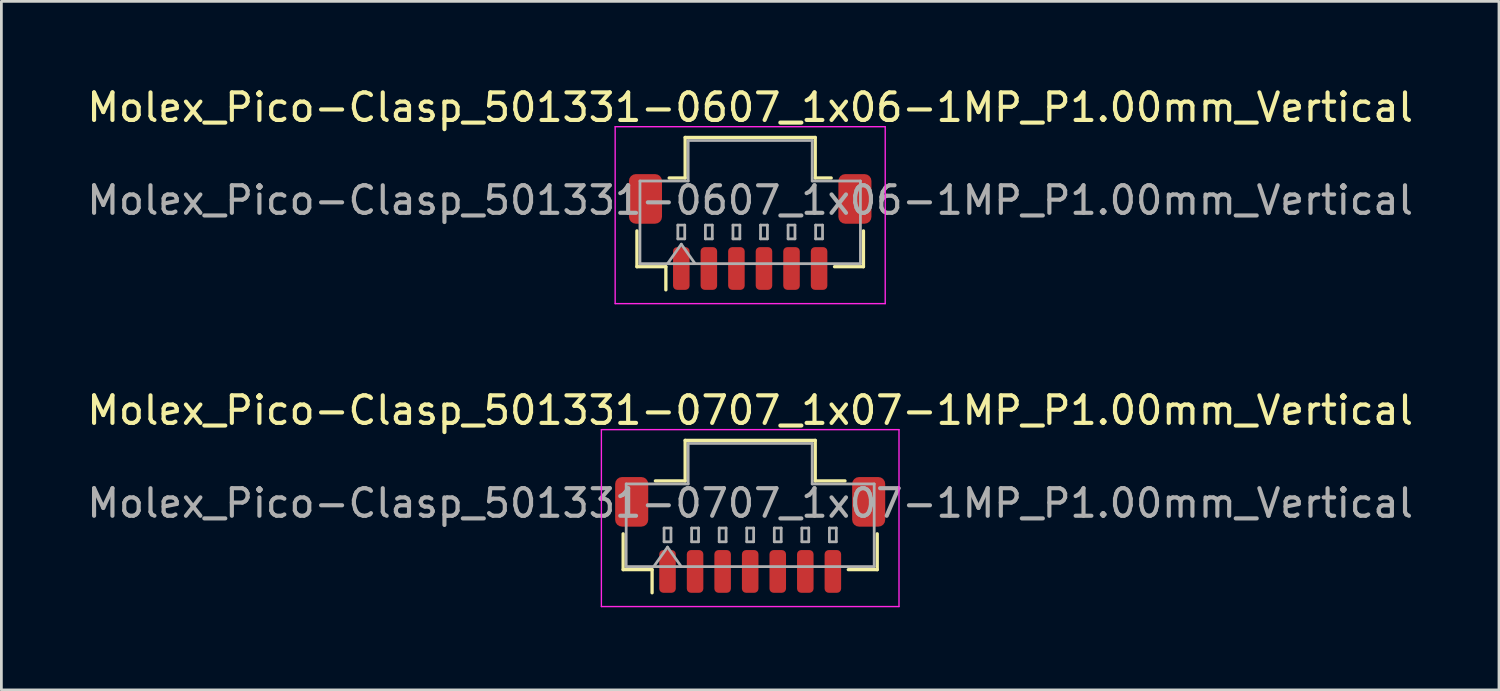
<source format=kicad_pcb>
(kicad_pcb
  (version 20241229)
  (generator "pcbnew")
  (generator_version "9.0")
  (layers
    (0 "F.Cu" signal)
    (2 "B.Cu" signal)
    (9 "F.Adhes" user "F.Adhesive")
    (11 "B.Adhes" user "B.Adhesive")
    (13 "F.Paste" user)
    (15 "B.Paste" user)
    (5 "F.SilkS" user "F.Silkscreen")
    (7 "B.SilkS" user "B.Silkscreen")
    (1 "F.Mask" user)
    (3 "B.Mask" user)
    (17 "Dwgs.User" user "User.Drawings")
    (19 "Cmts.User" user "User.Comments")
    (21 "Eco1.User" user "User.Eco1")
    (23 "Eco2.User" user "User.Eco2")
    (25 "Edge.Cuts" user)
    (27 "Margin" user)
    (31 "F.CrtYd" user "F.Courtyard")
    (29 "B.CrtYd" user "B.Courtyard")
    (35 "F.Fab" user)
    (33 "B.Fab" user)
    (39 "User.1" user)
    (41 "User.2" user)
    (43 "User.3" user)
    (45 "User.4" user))
  (footprint "Molex_Pico-Clasp_501331-0707_1x07-1MP_P1.00mm_Vertical"
    (layer "F.Cu")
    (at 24.173 16.361)
    (property "Reference" "Molex_Pico-Clasp_501331-0707_1x07-1MP_P1.00mm_Vertical" (at 0 -4.52 0) (layer "F.SilkS") (effects (font (size 1 1) (thickness 0.15))))
    (attr smd)
    (fp_line (start -4.61 -0.04) (end -4.61 1.26) (stroke (width 0.12) (type solid)) (layer "F.SilkS"))
    (fp_line (start -4.61 1.26) (end -3.56 1.26) (stroke (width 0.12) (type solid)) (layer "F.SilkS"))
    (fp_line (start -3.56 1.26) (end -3.56 2.1) (stroke (width 0.12) (type solid)) (layer "F.SilkS"))
    (fp_line (start -3.44 -1.96) (end -2.36 -1.96) (stroke (width 0.12) (type solid)) (layer "F.SilkS"))
    (fp_line (start -2.36 -3.43) (end 2.36 -3.43) (stroke (width 0.12) (type solid)) (layer "F.SilkS"))
    (fp_line (start -2.36 -1.96) (end -2.36 -3.43) (stroke (width 0.12) (type solid)) (layer "F.SilkS"))
    (fp_line (start 2.36 -3.43) (end 2.36 -1.96) (stroke (width 0.12) (type solid)) (layer "F.SilkS"))
    (fp_line (start 2.36 -1.96) (end 3.44 -1.96) (stroke (width 0.12) (type solid)) (layer "F.SilkS"))
    (fp_line (start 4.61 -0.04) (end 4.61 1.26) (stroke (width 0.12) (type solid)) (layer "F.SilkS"))
    (fp_line (start 4.61 1.26) (end 3.56 1.26) (stroke (width 0.12) (type solid)) (layer "F.SilkS"))
    (fp_line (start -5.4 -3.82) (end -5.4 2.6) (stroke (width 0.05) (type solid)) (layer "F.CrtYd"))
    (fp_line (start -5.4 2.6) (end 5.4 2.6) (stroke (width 0.05) (type solid)) (layer "F.CrtYd"))
    (fp_line (start 5.4 -3.82) (end -5.4 -3.82) (stroke (width 0.05) (type solid)) (layer "F.CrtYd"))
    (fp_line (start 5.4 2.6) (end 5.4 -3.82) (stroke (width 0.05) (type solid)) (layer "F.CrtYd"))
    (fp_line (start -4.5 -1.85) (end -2.25 -1.85) (stroke (width 0.1) (type solid)) (layer "F.Fab"))
    (fp_line (start -4.5 1.15) (end -4.5 -1.85) (stroke (width 0.1) (type solid)) (layer "F.Fab"))
    (fp_line (start -4.5 1.15) (end 4.5 1.15) (stroke (width 0.1) (type solid)) (layer "F.Fab"))
    (fp_line (start -3.5 1.15) (end -3 0.443) (stroke (width 0.1) (type solid)) (layer "F.Fab"))
    (fp_line (start -3.125 -0.25) (end -3.125 0.25) (stroke (width 0.1) (type solid)) (layer "F.Fab"))
    (fp_line (start -3.125 0.25) (end -2.875 0.25) (stroke (width 0.1) (type solid)) (layer "F.Fab"))
    (fp_line (start -3 0.443) (end -2.5 1.15) (stroke (width 0.1) (type solid)) (layer "F.Fab"))
    (fp_line (start -2.875 -0.25) (end -3.125 -0.25) (stroke (width 0.1) (type solid)) (layer "F.Fab"))
    (fp_line (start -2.875 0.25) (end -2.875 -0.25) (stroke (width 0.1) (type solid)) (layer "F.Fab"))
    (fp_line (start -2.25 -3.32) (end 2.25 -3.32) (stroke (width 0.1) (type solid)) (layer "F.Fab"))
    (fp_line (start -2.25 -1.85) (end -2.25 -3.32) (stroke (width 0.1) (type solid)) (layer "F.Fab"))
    (fp_line (start -2.125 -0.25) (end -2.125 0.25) (stroke (width 0.1) (type solid)) (layer "F.Fab"))
    (fp_line (start -2.125 0.25) (end -1.875 0.25) (stroke (width 0.1) (type solid)) (layer "F.Fab"))
    (fp_line (start -1.875 -0.25) (end -2.125 -0.25) (stroke (width 0.1) (type solid)) (layer "F.Fab"))
    (fp_line (start -1.875 0.25) (end -1.875 -0.25) (stroke (width 0.1) (type solid)) (layer "F.Fab"))
    (fp_line (start -1.125 -0.25) (end -1.125 0.25) (stroke (width 0.1) (type solid)) (layer "F.Fab"))
    (fp_line (start -1.125 0.25) (end -0.875 0.25) (stroke (width 0.1) (type solid)) (layer "F.Fab"))
    (fp_line (start -0.875 -0.25) (end -1.125 -0.25) (stroke (width 0.1) (type solid)) (layer "F.Fab"))
    (fp_line (start -0.875 0.25) (end -0.875 -0.25) (stroke (width 0.1) (type solid)) (layer "F.Fab"))
    (fp_line (start -0.125 -0.25) (end -0.125 0.25) (stroke (width 0.1) (type solid)) (layer "F.Fab"))
    (fp_line (start -0.125 0.25) (end 0.125 0.25) (stroke (width 0.1) (type solid)) (layer "F.Fab"))
    (fp_line (start 0.125 -0.25) (end -0.125 -0.25) (stroke (width 0.1) (type solid)) (layer "F.Fab"))
    (fp_line (start 0.125 0.25) (end 0.125 -0.25) (stroke (width 0.1) (type solid)) (layer "F.Fab"))
    (fp_line (start 0.875 -0.25) (end 0.875 0.25) (stroke (width 0.1) (type solid)) (layer "F.Fab"))
    (fp_line (start 0.875 0.25) (end 1.125 0.25) (stroke (width 0.1) (type solid)) (layer "F.Fab"))
    (fp_line (start 1.125 -0.25) (end 0.875 -0.25) (stroke (width 0.1) (type solid)) (layer "F.Fab"))
    (fp_line (start 1.125 0.25) (end 1.125 -0.25) (stroke (width 0.1) (type solid)) (layer "F.Fab"))
    (fp_line (start 1.875 -0.25) (end 1.875 0.25) (stroke (width 0.1) (type solid)) (layer "F.Fab"))
    (fp_line (start 1.875 0.25) (end 2.125 0.25) (stroke (width 0.1) (type solid)) (layer "F.Fab"))
    (fp_line (start 2.125 -0.25) (end 1.875 -0.25) (stroke (width 0.1) (type solid)) (layer "F.Fab"))
    (fp_line (start 2.125 0.25) (end 2.125 -0.25) (stroke (width 0.1) (type solid)) (layer "F.Fab"))
    (fp_line (start 2.25 -3.32) (end 2.25 -1.85) (stroke (width 0.1) (type solid)) (layer "F.Fab"))
    (fp_line (start 2.25 -1.85) (end 4.5 -1.85) (stroke (width 0.1) (type solid)) (layer "F.Fab"))
    (fp_line (start 2.875 -0.25) (end 2.875 0.25) (stroke (width 0.1) (type solid)) (layer "F.Fab"))
    (fp_line (start 2.875 0.25) (end 3.125 0.25) (stroke (width 0.1) (type solid)) (layer "F.Fab"))
    (fp_line (start 3.125 -0.25) (end 2.875 -0.25) (stroke (width 0.1) (type solid)) (layer "F.Fab"))
    (fp_line (start 3.125 0.25) (end 3.125 -0.25) (stroke (width 0.1) (type solid)) (layer "F.Fab"))
    (fp_line (start 4.5 1.15) (end 4.5 -1.85) (stroke (width 0.1) (type solid)) (layer "F.Fab"))
    (fp_text user "${REFERENCE}" (at 0 -1.15 0) (layer "F.Fab") (effects (font (size 1 1) (thickness 0.15))))
    (pad "1" smd roundrect (at -3 1.325) (size 0.6 1.55) (layers "F.Cu" "F.Mask" "F.Paste") (roundrect_rratio 0.25))
    (pad "2" smd roundrect (at -2 1.325) (size 0.6 1.55) (layers "F.Cu" "F.Mask" "F.Paste") (roundrect_rratio 0.25))
    (pad "3" smd roundrect (at -1 1.325) (size 0.6 1.55) (layers "F.Cu" "F.Mask" "F.Paste") (roundrect_rratio 0.25))
    (pad "4" smd roundrect (at 0 1.325) (size 0.6 1.55) (layers "F.Cu" "F.Mask" "F.Paste") (roundrect_rratio 0.25))
    (pad "5" smd roundrect (at 1 1.325) (size 0.6 1.55) (layers "F.Cu" "F.Mask" "F.Paste") (roundrect_rratio 0.25))
    (pad "6" smd roundrect (at 2 1.325) (size 0.6 1.55) (layers "F.Cu" "F.Mask" "F.Paste") (roundrect_rratio 0.25))
    (pad "7" smd roundrect (at 3 1.325) (size 0.6 1.55) (layers "F.Cu" "F.Mask" "F.Paste") (roundrect_rratio 0.25))
    (pad "MP" smd roundrect (at -4.3 -1.2) (size 1.2 1.8) (layers "F.Cu" "F.Mask" "F.Paste") (roundrect_rratio 0.208))
    (pad "MP" smd roundrect (at 4.3 -1.2) (size 1.2 1.8) (layers "F.Cu" "F.Mask" "F.Paste") (roundrect_rratio 0.208)))
  (footprint "Molex_Pico-Clasp_501331-0607_1x06-1MP_P1.00mm_Vertical"
    (layer "F.Cu")
    (at 24.173 5.368)
    (property "Reference" "Molex_Pico-Clasp_501331-0607_1x06-1MP_P1.00mm_Vertical" (at 0 -4.52 0) (layer "F.SilkS") (effects (font (size 1 1) (thickness 0.15))))
    (attr smd)
    (fp_line (start -4.11 -0.04) (end -4.11 1.26) (stroke (width 0.12) (type solid)) (layer "F.SilkS"))
    (fp_line (start -4.11 1.26) (end -3.06 1.26) (stroke (width 0.12) (type solid)) (layer "F.SilkS"))
    (fp_line (start -3.06 1.26) (end -3.06 2.1) (stroke (width 0.12) (type solid)) (layer "F.SilkS"))
    (fp_line (start -2.94 -1.96) (end -2.36 -1.96) (stroke (width 0.12) (type solid)) (layer "F.SilkS"))
    (fp_line (start -2.36 -3.43) (end 2.36 -3.43) (stroke (width 0.12) (type solid)) (layer "F.SilkS"))
    (fp_line (start -2.36 -1.96) (end -2.36 -3.43) (stroke (width 0.12) (type solid)) (layer "F.SilkS"))
    (fp_line (start 2.36 -3.43) (end 2.36 -1.96) (stroke (width 0.12) (type solid)) (layer "F.SilkS"))
    (fp_line (start 2.36 -1.96) (end 2.94 -1.96) (stroke (width 0.12) (type solid)) (layer "F.SilkS"))
    (fp_line (start 4.11 -0.04) (end 4.11 1.26) (stroke (width 0.12) (type solid)) (layer "F.SilkS"))
    (fp_line (start 4.11 1.26) (end 3.06 1.26) (stroke (width 0.12) (type solid)) (layer "F.SilkS"))
    (fp_line (start -4.9 -3.82) (end -4.9 2.6) (stroke (width 0.05) (type solid)) (layer "F.CrtYd"))
    (fp_line (start -4.9 2.6) (end 4.9 2.6) (stroke (width 0.05) (type solid)) (layer "F.CrtYd"))
    (fp_line (start 4.9 -3.82) (end -4.9 -3.82) (stroke (width 0.05) (type solid)) (layer "F.CrtYd"))
    (fp_line (start 4.9 2.6) (end 4.9 -3.82) (stroke (width 0.05) (type solid)) (layer "F.CrtYd"))
    (fp_line (start -4 -1.85) (end -2.25 -1.85) (stroke (width 0.1) (type solid)) (layer "F.Fab"))
    (fp_line (start -4 1.15) (end -4 -1.85) (stroke (width 0.1) (type solid)) (layer "F.Fab"))
    (fp_line (start -4 1.15) (end 4 1.15) (stroke (width 0.1) (type solid)) (layer "F.Fab"))
    (fp_line (start -3 1.15) (end -2.5 0.443) (stroke (width 0.1) (type solid)) (layer "F.Fab"))
    (fp_line (start -2.625 -0.25) (end -2.625 0.25) (stroke (width 0.1) (type solid)) (layer "F.Fab"))
    (fp_line (start -2.625 0.25) (end -2.375 0.25) (stroke (width 0.1) (type solid)) (layer "F.Fab"))
    (fp_line (start -2.5 0.443) (end -2 1.15) (stroke (width 0.1) (type solid)) (layer "F.Fab"))
    (fp_line (start -2.375 -0.25) (end -2.625 -0.25) (stroke (width 0.1) (type solid)) (layer "F.Fab"))
    (fp_line (start -2.375 0.25) (end -2.375 -0.25) (stroke (width 0.1) (type solid)) (layer "F.Fab"))
    (fp_line (start -2.25 -3.32) (end 2.25 -3.32) (stroke (width 0.1) (type solid)) (layer "F.Fab"))
    (fp_line (start -2.25 -1.85) (end -2.25 -3.32) (stroke (width 0.1) (type solid)) (layer "F.Fab"))
    (fp_line (start -1.625 -0.25) (end -1.625 0.25) (stroke (width 0.1) (type solid)) (layer "F.Fab"))
    (fp_line (start -1.625 0.25) (end -1.375 0.25) (stroke (width 0.1) (type solid)) (layer "F.Fab"))
    (fp_line (start -1.375 -0.25) (end -1.625 -0.25) (stroke (width 0.1) (type solid)) (layer "F.Fab"))
    (fp_line (start -1.375 0.25) (end -1.375 -0.25) (stroke (width 0.1) (type solid)) (layer "F.Fab"))
    (fp_line (start -0.625 -0.25) (end -0.625 0.25) (stroke (width 0.1) (type solid)) (layer "F.Fab"))
    (fp_line (start -0.625 0.25) (end -0.375 0.25) (stroke (width 0.1) (type solid)) (layer "F.Fab"))
    (fp_line (start -0.375 -0.25) (end -0.625 -0.25) (stroke (width 0.1) (type solid)) (layer "F.Fab"))
    (fp_line (start -0.375 0.25) (end -0.375 -0.25) (stroke (width 0.1) (type solid)) (layer "F.Fab"))
    (fp_line (start 0.375 -0.25) (end 0.375 0.25) (stroke (width 0.1) (type solid)) (layer "F.Fab"))
    (fp_line (start 0.375 0.25) (end 0.625 0.25) (stroke (width 0.1) (type solid)) (layer "F.Fab"))
    (fp_line (start 0.625 -0.25) (end 0.375 -0.25) (stroke (width 0.1) (type solid)) (layer "F.Fab"))
    (fp_line (start 0.625 0.25) (end 0.625 -0.25) (stroke (width 0.1) (type solid)) (layer "F.Fab"))
    (fp_line (start 1.375 -0.25) (end 1.375 0.25) (stroke (width 0.1) (type solid)) (layer "F.Fab"))
    (fp_line (start 1.375 0.25) (end 1.625 0.25) (stroke (width 0.1) (type solid)) (layer "F.Fab"))
    (fp_line (start 1.625 -0.25) (end 1.375 -0.25) (stroke (width 0.1) (type solid)) (layer "F.Fab"))
    (fp_line (start 1.625 0.25) (end 1.625 -0.25) (stroke (width 0.1) (type solid)) (layer "F.Fab"))
    (fp_line (start 2.25 -3.32) (end 2.25 -1.85) (stroke (width 0.1) (type solid)) (layer "F.Fab"))
    (fp_line (start 2.25 -1.85) (end 4 -1.85) (stroke (width 0.1) (type solid)) (layer "F.Fab"))
    (fp_line (start 2.375 -0.25) (end 2.375 0.25) (stroke (width 0.1) (type solid)) (layer "F.Fab"))
    (fp_line (start 2.375 0.25) (end 2.625 0.25) (stroke (width 0.1) (type solid)) (layer "F.Fab"))
    (fp_line (start 2.625 -0.25) (end 2.375 -0.25) (stroke (width 0.1) (type solid)) (layer "F.Fab"))
    (fp_line (start 2.625 0.25) (end 2.625 -0.25) (stroke (width 0.1) (type solid)) (layer "F.Fab"))
    (fp_line (start 4 1.15) (end 4 -1.85) (stroke (width 0.1) (type solid)) (layer "F.Fab"))
    (fp_text user "${REFERENCE}" (at 0 -1.15 0) (layer "F.Fab") (effects (font (size 1 1) (thickness 0.15))))
    (pad "1" smd roundrect (at -2.5 1.325) (size 0.6 1.55) (layers "F.Cu" "F.Mask" "F.Paste") (roundrect_rratio 0.25))
    (pad "2" smd roundrect (at -1.5 1.325) (size 0.6 1.55) (layers "F.Cu" "F.Mask" "F.Paste") (roundrect_rratio 0.25))
    (pad "3" smd roundrect (at -0.5 1.325) (size 0.6 1.55) (layers "F.Cu" "F.Mask" "F.Paste") (roundrect_rratio 0.25))
    (pad "4" smd roundrect (at 0.5 1.325) (size 0.6 1.55) (layers "F.Cu" "F.Mask" "F.Paste") (roundrect_rratio 0.25))
    (pad "5" smd roundrect (at 1.5 1.325) (size 0.6 1.55) (layers "F.Cu" "F.Mask" "F.Paste") (roundrect_rratio 0.25))
    (pad "6" smd roundrect (at 2.5 1.325) (size 0.6 1.55) (layers "F.Cu" "F.Mask" "F.Paste") (roundrect_rratio 0.25))
    (pad "MP" smd roundrect (at -3.8 -1.2) (size 1.2 1.8) (layers "F.Cu" "F.Mask" "F.Paste") (roundrect_rratio 0.208))
    (pad "MP" smd roundrect (at 3.8 -1.2) (size 1.2 1.8) (layers "F.Cu" "F.Mask" "F.Paste") (roundrect_rratio 0.208)))
  (gr_rect
    (start -3 -3)
    (end 51.345 21.986)
    (stroke (width 0.1) (type default))
    (fill no)
    (layer "Edge.Cuts")))
</source>
